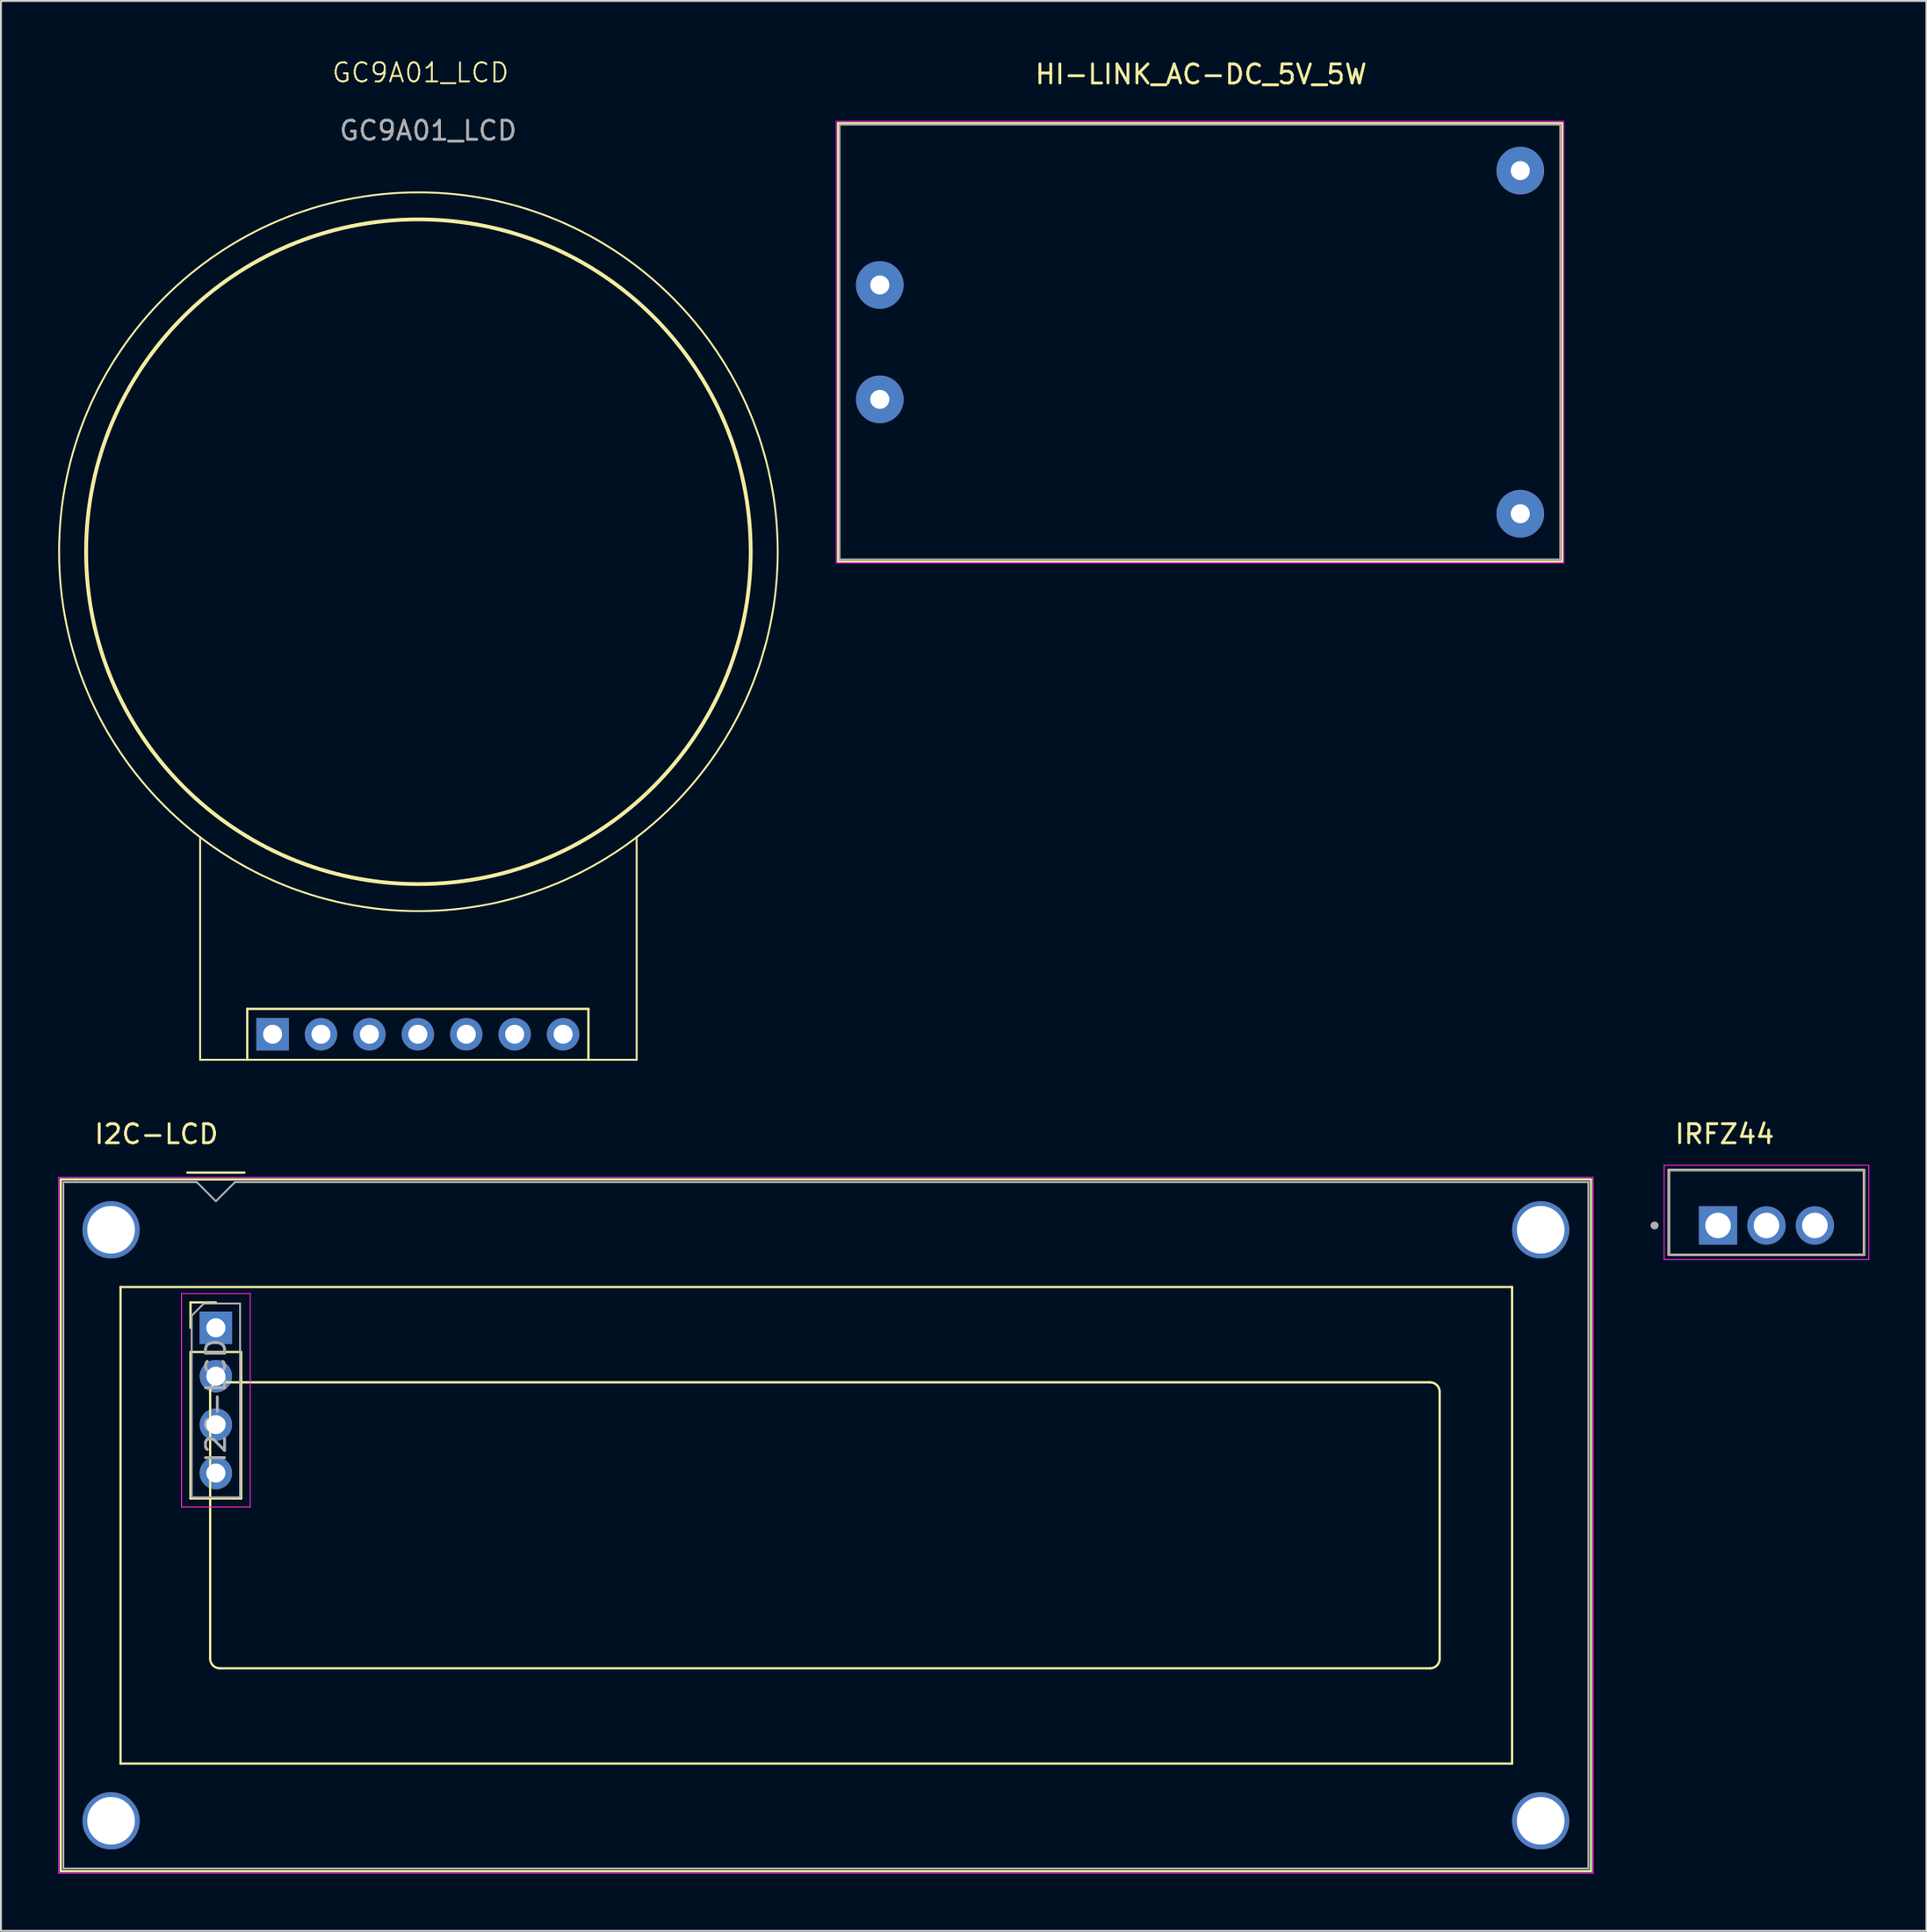
<source format=kicad_pcb>
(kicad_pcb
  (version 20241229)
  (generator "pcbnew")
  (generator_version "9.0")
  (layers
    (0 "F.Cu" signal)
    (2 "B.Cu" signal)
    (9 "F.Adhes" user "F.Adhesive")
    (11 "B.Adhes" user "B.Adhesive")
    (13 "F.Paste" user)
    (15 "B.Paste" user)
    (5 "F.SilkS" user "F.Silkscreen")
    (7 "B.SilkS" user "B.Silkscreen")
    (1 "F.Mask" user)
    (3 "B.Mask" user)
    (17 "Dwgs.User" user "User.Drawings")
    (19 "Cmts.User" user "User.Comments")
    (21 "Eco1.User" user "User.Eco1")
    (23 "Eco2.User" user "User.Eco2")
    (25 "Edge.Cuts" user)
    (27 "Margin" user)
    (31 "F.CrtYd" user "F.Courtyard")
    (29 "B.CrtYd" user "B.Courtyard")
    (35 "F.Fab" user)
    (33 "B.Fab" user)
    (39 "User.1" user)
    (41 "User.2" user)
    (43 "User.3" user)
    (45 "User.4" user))
  (footprint "HI-LINK_AC-DC_5V_5W"
    (layer "F.Cu")
    (at 59.915 13.928)
    (property "Reference" "HI-LINK_AC-DC_5V_5W" (at 0.04 -13.08 0) (unlocked yes) (layer "F.SilkS") (effects (font (size 1 1) (thickness 0.15))))
    (attr through_hole)
    (fp_rect (start -19.01 -10.53) (end 18.99 12.47) (stroke (width 0.1) (type default)) (fill no) (layer "F.SilkS"))
    (fp_rect (start -19.09 -10.61) (end 19.07 12.55) (stroke (width 0.05) (type default)) (fill no) (layer "F.CrtYd"))
    (fp_rect (start -18.92 -10.44) (end 18.89 12.37) (stroke (width 0.1) (type default)) (fill no) (layer "F.Fab"))
    (pad "1" thru_hole circle (at -16.81 -2.03) (size 2.5 2.5) (drill 1) (layers "*.Cu" "*.Mask"))
    (pad "2" thru_hole circle (at -16.81 3.97) (size 2.5 2.5) (drill 1) (layers "*.Cu" "*.Mask"))
    (pad "3" thru_hole circle (at 16.79 -8.03) (size 2.5 2.5) (drill 1) (layers "*.Cu" "*.Mask"))
    (pad "4" thru_hole circle (at 16.79 9.97) (size 2.5 2.5) (drill 1) (layers "*.Cu" "*.Mask")))
  (footprint "GC9A01_LCD"
    (layer "F.Cu")
    (at 18.88 25.971)
    (property "Reference" "GC9A01_LCD" (at 0.13 -25.21 0) (unlocked yes) (layer "F.SilkS") (effects (font (size 1 1) (thickness 0.1))))
    (attr through_hole)
    (fp_line (start -11.43 26.57) (end -11.43 14.89) (stroke (width 0.1) (type default)) (layer "F.SilkS"))
    (fp_line (start -8.96 23.9) (end 8.94 23.9) (stroke (width 0.12) (type solid)) (layer "F.SilkS"))
    (fp_line (start -8.96 26.56) (end -8.96 23.9) (stroke (width 0.12) (type solid)) (layer "F.SilkS"))
    (fp_line (start 8.94 26.56) (end 8.94 23.9) (stroke (width 0.12) (type solid)) (layer "F.SilkS"))
    (fp_line (start 11.47 26.57) (end -11.43 26.57) (stroke (width 0.1) (type default)) (layer "F.SilkS"))
    (fp_line (start 11.47 26.57) (end 11.47 14.88) (stroke (width 0.1) (type default)) (layer "F.SilkS"))
    (fp_circle (center 0.02 -0.08) (end 17.453 -0.08) (stroke (width 0.2) (type default)) (fill no) (layer "F.SilkS"))
    (fp_circle (center 0.02 -0.08) (end 18.87 -0.08) (stroke (width 0.1) (type default)) (fill no) (layer "F.SilkS"))
    (fp_text user "${REFERENCE}" (at 0.53 -22.17 0) (unlocked yes) (layer "F.Fab") (effects (font (size 1 1) (thickness 0.15))))
    (pad "1" thru_hole rect (at -7.63 25.23 90) (size 1.7 1.7) (drill 1) (layers "*.Cu" "*.Mask"))
    (pad "2" thru_hole oval (at -5.09 25.23 90) (size 1.7 1.7) (drill 1) (layers "*.Cu" "*.Mask"))
    (pad "3" thru_hole oval (at -2.55 25.23 90) (size 1.7 1.7) (drill 1) (layers "*.Cu" "*.Mask"))
    (pad "4" thru_hole oval (at -0.01 25.23 90) (size 1.7 1.7) (drill 1) (layers "*.Cu" "*.Mask"))
    (pad "5" thru_hole oval (at 2.53 25.23 90) (size 1.7 1.7) (drill 1) (layers "*.Cu" "*.Mask"))
    (pad "6" thru_hole oval (at 5.07 25.23 90) (size 1.7 1.7) (drill 1) (layers "*.Cu" "*.Mask"))
    (pad "7" thru_hole oval (at 7.61 25.23 90) (size 1.7 1.7) (drill 1) (layers "*.Cu" "*.Mask")))
  (footprint "I2C-LCD"
    (layer "F.Cu")
    (at 40.715 76.759)
    (property "Reference" "I2C-LCD" (at -35.56 -20.32 0) (unlocked yes) (layer "F.SilkS") (effects (font (size 1 1) (thickness 0.15))))
    (attr through_hole)
    (fp_line (start -40.58 -17.94) (end -40.58 18.34) (stroke (width 0.12) (type solid)) (layer "F.SilkS"))
    (fp_line (start -40.58 18.34) (end 39.7 18.34) (stroke (width 0.12) (type solid)) (layer "F.SilkS"))
    (fp_line (start -40.57 -17.94) (end -39.78 -17.94) (stroke (width 0.12) (type solid)) (layer "F.SilkS"))
    (fp_line (start -37.44 -12.3) (end 35.56 -12.3) (stroke (width 0.12) (type solid)) (layer "F.SilkS"))
    (fp_line (start -37.44 12.7) (end -37.44 -12.3) (stroke (width 0.12) (type solid)) (layer "F.SilkS"))
    (fp_line (start -33.94 -18.3) (end -30.94 -18.3) (stroke (width 0.12) (type solid)) (layer "F.SilkS"))
    (fp_line (start -33.77 -11.49) (end -32.44 -11.49) (stroke (width 0.12) (type solid)) (layer "F.SilkS"))
    (fp_line (start -33.77 -10.16) (end -33.77 -11.49) (stroke (width 0.12) (type solid)) (layer "F.SilkS"))
    (fp_line (start -33.77 -8.89) (end -33.77 -1.21) (stroke (width 0.12) (type solid)) (layer "F.SilkS"))
    (fp_line (start -33.77 -8.89) (end -31.11 -8.89) (stroke (width 0.12) (type solid)) (layer "F.SilkS"))
    (fp_line (start -33.77 -1.21) (end -31.11 -1.21) (stroke (width 0.12) (type solid)) (layer "F.SilkS"))
    (fp_line (start -32.74 7.199) (end -32.74 -6.8) (stroke (width 0.12) (type solid)) (layer "F.SilkS"))
    (fp_line (start -32.24 -7.3) (end 31.26 -7.3) (stroke (width 0.12) (type solid)) (layer "F.SilkS"))
    (fp_line (start -31.11 -8.89) (end -31.11 -1.21) (stroke (width 0.12) (type solid)) (layer "F.SilkS"))
    (fp_line (start 31.261 7.7) (end -32.24 7.7) (stroke (width 0.12) (type solid)) (layer "F.SilkS"))
    (fp_line (start 31.76 -6.8) (end 31.76 7.2) (stroke (width 0.12) (type solid)) (layer "F.SilkS"))
    (fp_line (start 35.56 -12.3) (end 35.56 12.7) (stroke (width 0.12) (type solid)) (layer "F.SilkS"))
    (fp_line (start 35.56 12.7) (end -37.44 12.7) (stroke (width 0.12) (type solid)) (layer "F.SilkS"))
    (fp_line (start 39.7 -17.94) (end -39.78 -17.94) (stroke (width 0.12) (type solid)) (layer "F.SilkS"))
    (fp_line (start 39.7 18.34) (end 39.7 -17.94) (stroke (width 0.12) (type solid)) (layer "F.SilkS"))
    (fp_arc (start -32.73972 -6.80116) (mid -32.593162 -7.154982) (end -32.23934 -7.30154) (stroke (width 0.12) (type solid)) (layer "F.SilkS"))
    (fp_arc (start -32.23934 7.6997) (mid -32.593162 7.553142) (end -32.73972 7.19932) (stroke (width 0.12) (type solid)) (layer "F.SilkS"))
    (fp_arc (start 31.26 -7.3) (mid 31.613573 -7.153564) (end 31.76 -6.8) (stroke (width 0.12) (type solid)) (layer "F.SilkS"))
    (fp_arc (start 31.76104 7.19932) (mid 31.614477 7.55314) (end 31.26066 7.6997) (stroke (width 0.12) (type solid)) (layer "F.SilkS"))
    (fp_line (start -40.69 -18.05) (end -40.69 18.45) (stroke (width 0.05) (type solid)) (layer "F.CrtYd"))
    (fp_line (start -40.69 -18.05) (end 39.81 -18.05) (stroke (width 0.05) (type solid)) (layer "F.CrtYd"))
    (fp_line (start -40.69 18.45) (end 39.81 18.45) (stroke (width 0.05) (type solid)) (layer "F.CrtYd"))
    (fp_line (start -34.24 -11.96) (end -34.24 -0.76) (stroke (width 0.05) (type solid)) (layer "F.CrtYd"))
    (fp_line (start -34.24 -0.76) (end -30.64 -0.76) (stroke (width 0.05) (type solid)) (layer "F.CrtYd"))
    (fp_line (start -30.64 -11.96) (end -34.24 -11.96) (stroke (width 0.05) (type solid)) (layer "F.CrtYd"))
    (fp_line (start -30.64 -0.76) (end -30.64 -11.96) (stroke (width 0.05) (type solid)) (layer "F.CrtYd"))
    (fp_line (start 39.81 -18.05) (end 39.81 18.45) (stroke (width 0.05) (type solid)) (layer "F.CrtYd"))
    (fp_line (start -40.44 18.2) (end -40.44 -17.8) (stroke (width 0.1) (type solid)) (layer "F.Fab"))
    (fp_line (start -33.71 -10.795) (end -33.075 -11.43) (stroke (width 0.1) (type solid)) (layer "F.Fab"))
    (fp_line (start -33.71 -1.27) (end -33.71 -10.795) (stroke (width 0.1) (type solid)) (layer "F.Fab"))
    (fp_line (start -33.44 -17.8) (end -40.44 -17.8) (stroke (width 0.1) (type solid)) (layer "F.Fab"))
    (fp_line (start -33.075 -11.43) (end -31.17 -11.43) (stroke (width 0.1) (type solid)) (layer "F.Fab"))
    (fp_line (start -32.44 -16.8) (end -33.44 -17.8) (stroke (width 0.1) (type solid)) (layer "F.Fab"))
    (fp_line (start -31.44 -17.8) (end -32.44 -16.8) (stroke (width 0.1) (type solid)) (layer "F.Fab"))
    (fp_line (start -31.44 -17.8) (end 39.56 -17.8) (stroke (width 0.1) (type solid)) (layer "F.Fab"))
    (fp_line (start -31.17 -11.43) (end -31.17 -1.27) (stroke (width 0.1) (type solid)) (layer "F.Fab"))
    (fp_line (start -31.17 -1.27) (end -33.71 -1.27) (stroke (width 0.1) (type solid)) (layer "F.Fab"))
    (fp_line (start 39.56 -17.8) (end 39.56 18.2) (stroke (width 0.1) (type solid)) (layer "F.Fab"))
    (fp_line (start 39.56 18.2) (end -40.44 18.2) (stroke (width 0.1) (type solid)) (layer "F.Fab"))
    (fp_text user "${REFERENCE}" (at -32.44 -6.35 90) (layer "F.Fab") (effects (font (size 1 1) (thickness 0.15))))
    (pad "" thru_hole circle (at -37.939 -15.3) (size 3 3) (drill 2.5) (layers "*.Cu" "*.Mask"))
    (pad "" thru_hole circle (at -37.939 15.701) (size 3 3) (drill 2.5) (layers "*.Cu" "*.Mask"))
    (pad "" thru_hole circle (at 37.059 15.701) (size 3 3) (drill 2.5) (layers "*.Cu" "*.Mask"))
    (pad "" thru_hole circle (at 37.06 -15.3) (size 3 3) (drill 2.5) (layers "*.Cu" "*.Mask"))
    (pad "1" thru_hole rect (at -32.44 -10.16) (size 1.7 1.7) (drill 1) (layers "*.Cu" "*.Mask"))
    (pad "2" thru_hole oval (at -32.44 -7.62) (size 1.7 1.7) (drill 1) (layers "*.Cu" "*.Mask"))
    (pad "3" thru_hole oval (at -32.44 -5.08) (size 1.7 1.7) (drill 1) (layers "*.Cu" "*.Mask"))
    (pad "4" thru_hole oval (at -32.44 -2.54) (size 1.7 1.7) (drill 1) (layers "*.Cu" "*.Mask")))
  (footprint "IRFZ44"
    (layer "F.Cu")
    (at 89.62 60.546)
    (property "Reference" "IRFZ44" (at -2.195 -4.107 0) (layer "F.SilkS") (effects (font (size 1 1) (thickness 0.15))))
    (attr through_hole)
    (fp_line (start -5.12 -2.223) (end -5.12 2.223) (stroke (width 0.127) (type solid)) (layer "F.SilkS"))
    (fp_line (start -5.12 2.223) (end 5.12 2.223) (stroke (width 0.127) (type solid)) (layer "F.SilkS"))
    (fp_line (start 5.12 -2.223) (end -5.12 -2.223) (stroke (width 0.127) (type solid)) (layer "F.SilkS"))
    (fp_line (start 5.12 2.223) (end 5.12 -2.223) (stroke (width 0.127) (type solid)) (layer "F.SilkS"))
    (fp_circle (center -5.87 0.685) (end -5.77 0.685) (stroke (width 0.2) (type solid)) (fill no) (layer "F.SilkS"))
    (fp_line (start -5.37 -2.473) (end -5.37 2.473) (stroke (width 0.05) (type solid)) (layer "F.CrtYd"))
    (fp_line (start -5.37 2.473) (end 5.37 2.473) (stroke (width 0.05) (type solid)) (layer "F.CrtYd"))
    (fp_line (start 5.37 -2.473) (end -5.37 -2.473) (stroke (width 0.05) (type solid)) (layer "F.CrtYd"))
    (fp_line (start 5.37 2.473) (end 5.37 -2.473) (stroke (width 0.05) (type solid)) (layer "F.CrtYd"))
    (fp_line (start -5.12 -2.223) (end -5.12 2.223) (stroke (width 0.127) (type solid)) (layer "F.Fab"))
    (fp_line (start -5.12 2.223) (end 5.12 2.223) (stroke (width 0.127) (type solid)) (layer "F.Fab"))
    (fp_line (start 5.12 -2.223) (end -5.12 -2.223) (stroke (width 0.127) (type solid)) (layer "F.Fab"))
    (fp_line (start 5.12 2.223) (end 5.12 -2.223) (stroke (width 0.127) (type solid)) (layer "F.Fab"))
    (fp_circle (center -5.87 0.685) (end -5.77 0.685) (stroke (width 0.2) (type solid)) (fill no) (layer "F.Fab"))
    (pad "1" thru_hole rect (at -2.54 0.685) (size 2.01 2.01) (drill 1.34) (layers "*.Cu" "*.Mask"))
    (pad "2" thru_hole circle (at 0 0.685) (size 2.01 2.01) (drill 1.34) (layers "*.Cu" "*.Mask"))
    (pad "3" thru_hole circle (at 2.54 0.685) (size 2.01 2.01) (drill 1.34) (layers "*.Cu" "*.Mask")))
  (gr_rect
    (start -3 -3)
    (end 98.015 98.234)
    (stroke (width 0.1) (type default))
    (fill no)
    (layer "Edge.Cuts")))
</source>
